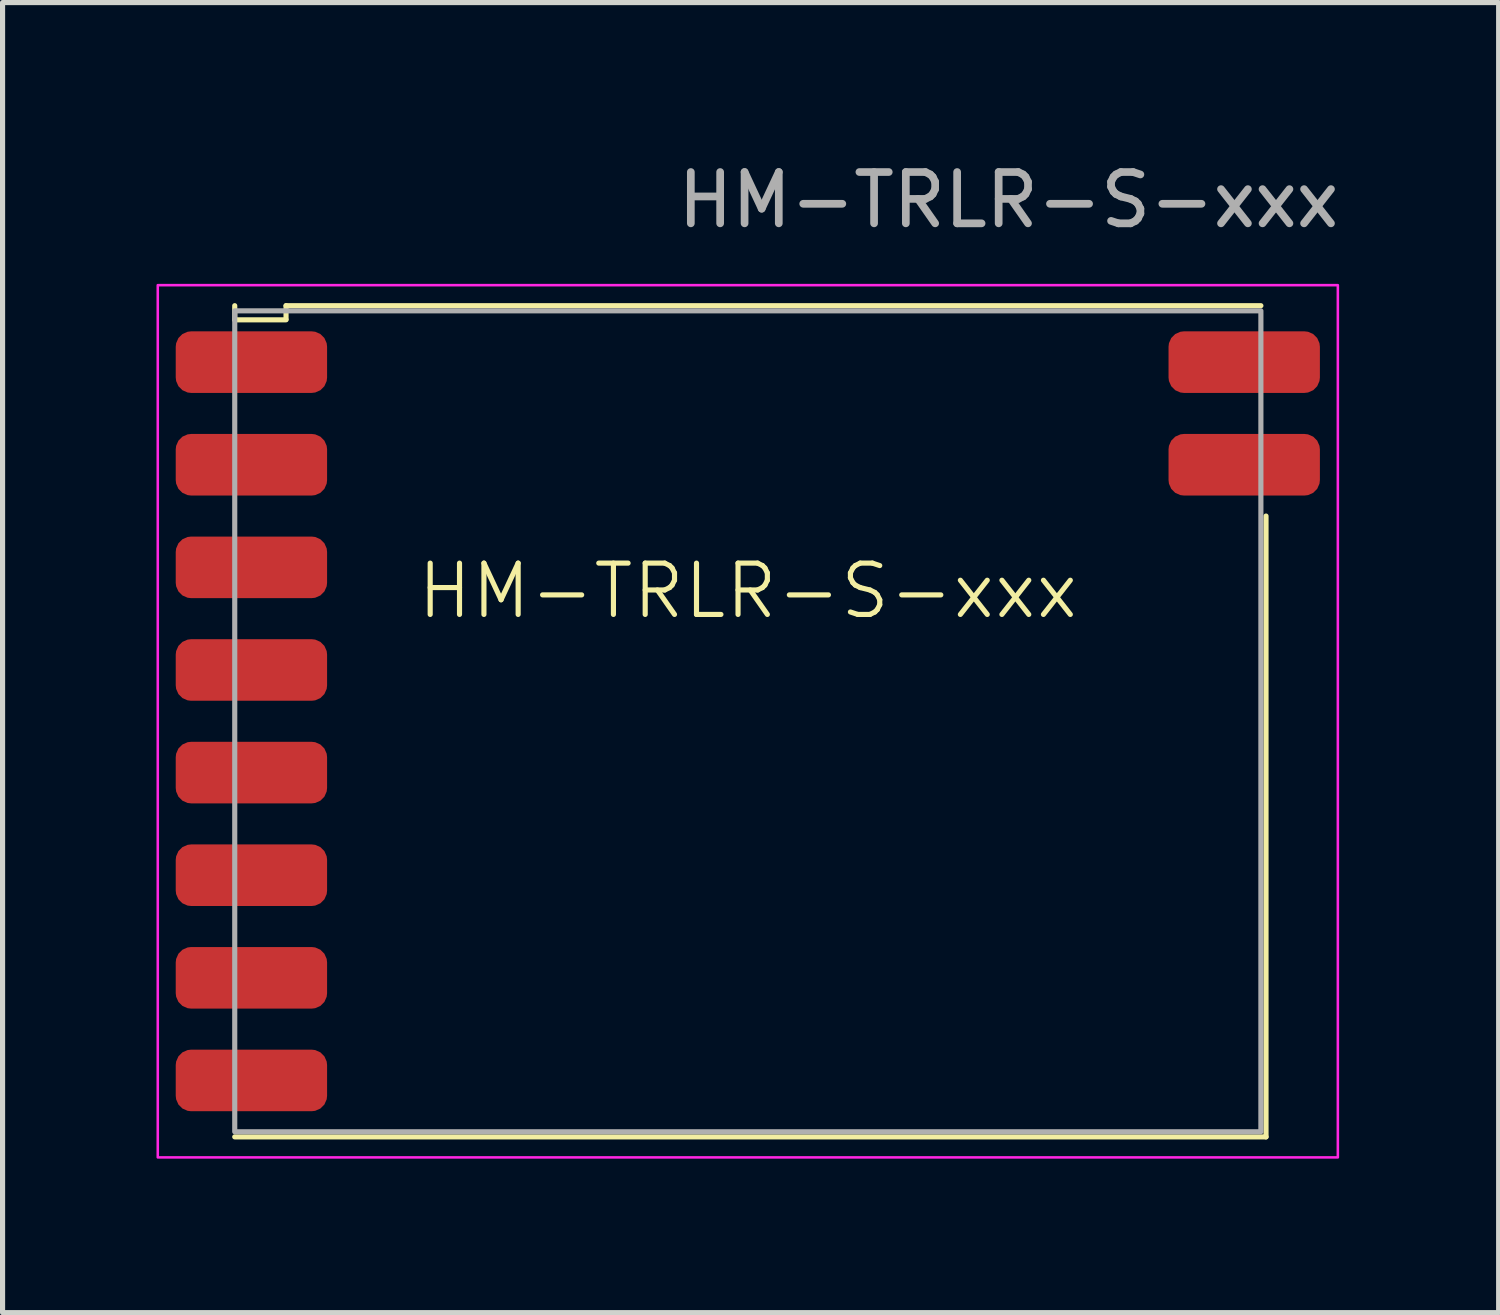
<source format=kicad_pcb>
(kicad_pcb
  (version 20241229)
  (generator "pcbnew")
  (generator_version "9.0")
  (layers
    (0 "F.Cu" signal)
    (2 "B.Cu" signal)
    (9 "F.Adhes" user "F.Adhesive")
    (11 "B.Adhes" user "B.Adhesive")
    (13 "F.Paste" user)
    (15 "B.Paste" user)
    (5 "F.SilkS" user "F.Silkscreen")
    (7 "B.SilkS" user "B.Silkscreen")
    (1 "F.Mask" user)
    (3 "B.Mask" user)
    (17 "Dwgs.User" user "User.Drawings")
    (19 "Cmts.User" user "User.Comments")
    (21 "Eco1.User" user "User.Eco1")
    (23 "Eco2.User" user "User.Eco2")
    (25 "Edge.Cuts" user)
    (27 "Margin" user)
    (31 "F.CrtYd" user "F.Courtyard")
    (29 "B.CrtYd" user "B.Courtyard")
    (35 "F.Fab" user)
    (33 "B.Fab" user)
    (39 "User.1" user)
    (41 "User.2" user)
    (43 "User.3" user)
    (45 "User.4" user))
  (footprint "HM-TRLR-S-xxx"
    (layer "F.Cu")
    (at 11.525 11.008)
    (property "Reference" "HM-TRLR-S-xxx" (at 0 -2.54 0) (unlocked yes) (layer "F.SilkS") (effects (font (size 1 1) (thickness 0.1))))
    (attr smd)
    (fp_line (start -10 -7.825) (end -10 -8.1) (stroke (width 0.1) (type default)) (layer "F.SilkS"))
    (fp_line (start -9 -8.1) (end -9 -7.838) (stroke (width 0.1) (type default)) (layer "F.SilkS"))
    (fp_line (start -9 -7.825) (end -10 -7.825) (stroke (width 0.1) (type default)) (layer "F.SilkS"))
    (fp_line (start 10 -8.1) (end -9 -8.1) (stroke (width 0.1) (type default)) (layer "F.SilkS"))
    (fp_line (start 10.1 8.1) (end -10 8.1) (stroke (width 0.1) (type default)) (layer "F.SilkS"))
    (fp_line (start 10.1 8.1) (end 10.1 -4) (stroke (width 0.1) (type default)) (layer "F.SilkS"))
    (fp_rect (start -11.5 -8.5) (end 11.5 8.5) (stroke (width 0.05) (type default)) (fill no) (layer "F.CrtYd"))
    (fp_rect (start -10 -8) (end 10 8) (stroke (width 0.1) (type default)) (fill no) (layer "F.Fab"))
    (fp_text user "${REFERENCE}" (at 5.08 -10.16 0) (unlocked yes) (layer "F.Fab") (effects (font (size 1 1) (thickness 0.15))))
    (pad "1" smd roundrect (at -9.675 -7) (size 2.95 1.2) (layers "F.Cu" "F.Mask" "F.Paste") (roundrect_rratio 0.25))
    (pad "2" smd roundrect (at -9.675 -5) (size 2.95 1.2) (layers "F.Cu" "F.Mask" "F.Paste") (roundrect_rratio 0.25))
    (pad "3" smd roundrect (at -9.675 -3) (size 2.95 1.2) (layers "F.Cu" "F.Mask" "F.Paste") (roundrect_rratio 0.25))
    (pad "4" smd roundrect (at -9.675 -1) (size 2.95 1.2) (layers "F.Cu" "F.Mask" "F.Paste") (roundrect_rratio 0.25))
    (pad "5" smd roundrect (at -9.675 1) (size 2.95 1.2) (layers "F.Cu" "F.Mask" "F.Paste") (roundrect_rratio 0.25))
    (pad "6" smd roundrect (at -9.675 3) (size 2.95 1.2) (layers "F.Cu" "F.Mask" "F.Paste") (roundrect_rratio 0.25))
    (pad "7" smd roundrect (at -9.675 5) (size 2.95 1.2) (layers "F.Cu" "F.Mask" "F.Paste") (roundrect_rratio 0.25))
    (pad "8" smd roundrect (at -9.675 7) (size 2.95 1.2) (layers "F.Cu" "F.Mask" "F.Paste") (roundrect_rratio 0.25))
    (pad "9" smd roundrect (at 9.675 -7) (size 2.95 1.2) (layers "F.Cu" "F.Mask" "F.Paste") (roundrect_rratio 0.25))
    (pad "10" smd roundrect (at 9.675 -5) (size 2.95 1.2) (layers "F.Cu" "F.Mask" "F.Paste") (roundrect_rratio 0.25)))
  (gr_rect
    (start -3 -3)
    (end 26.159 22.533)
    (stroke (width 0.1) (type default))
    (fill no)
    (layer "Edge.Cuts")))
</source>
